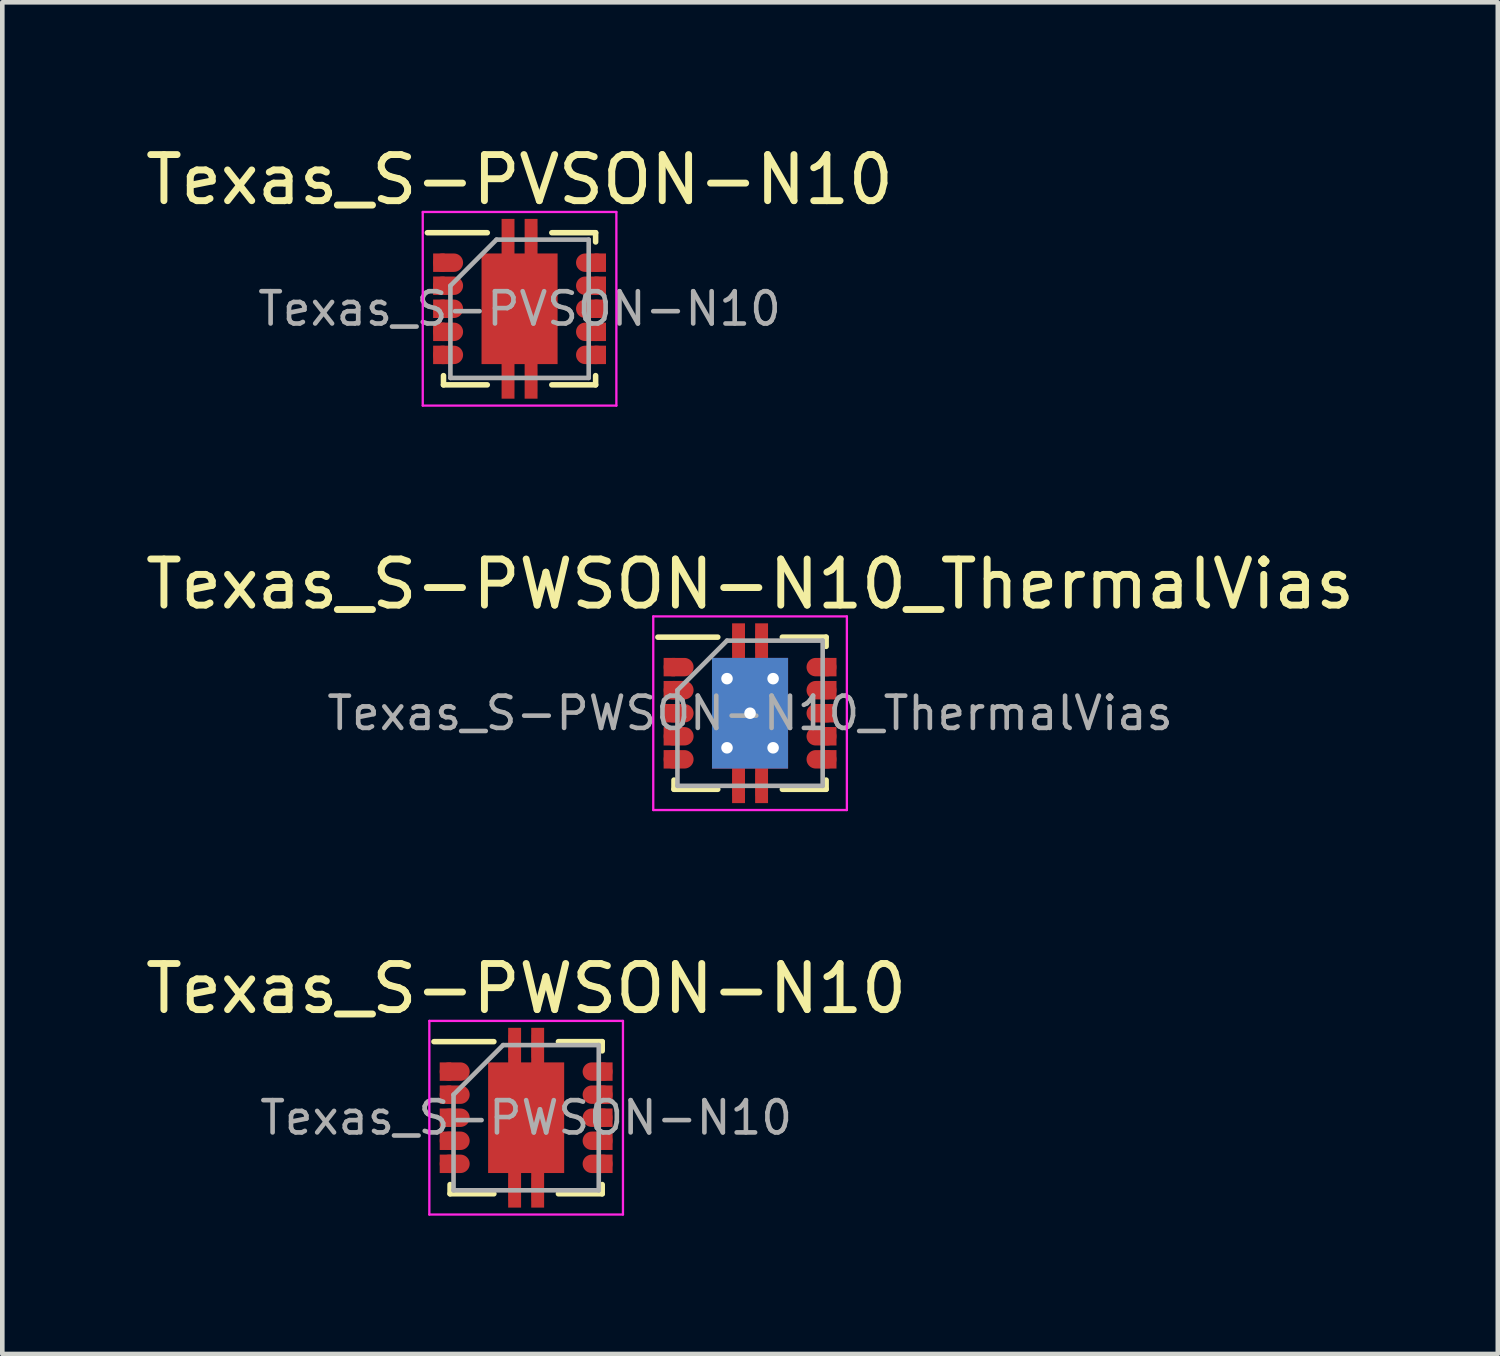
<source format=kicad_pcb>
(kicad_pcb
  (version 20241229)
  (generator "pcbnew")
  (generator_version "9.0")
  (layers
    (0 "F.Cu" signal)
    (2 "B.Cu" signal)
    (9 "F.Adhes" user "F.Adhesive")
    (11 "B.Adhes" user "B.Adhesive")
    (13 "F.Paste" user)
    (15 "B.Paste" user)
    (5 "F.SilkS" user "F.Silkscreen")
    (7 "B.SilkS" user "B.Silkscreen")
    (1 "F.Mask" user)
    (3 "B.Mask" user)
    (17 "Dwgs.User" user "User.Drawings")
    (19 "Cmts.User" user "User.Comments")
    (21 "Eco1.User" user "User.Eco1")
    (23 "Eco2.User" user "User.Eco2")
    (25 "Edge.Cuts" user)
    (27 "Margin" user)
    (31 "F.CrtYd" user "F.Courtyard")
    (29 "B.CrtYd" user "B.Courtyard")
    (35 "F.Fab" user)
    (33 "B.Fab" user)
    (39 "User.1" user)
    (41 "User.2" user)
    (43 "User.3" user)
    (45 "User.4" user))
  (footprint "Texas_S-PWSON-N10_ThermalVias"
    (layer "F.Cu")
    (at 13.22 12.421)
    (property "Reference" "Texas_S-PWSON-N10_ThermalVias" (at 0 -2.8 0) (layer "F.SilkS") (effects (font (size 1 1) (thickness 0.15))))
    (attr smd)
    (fp_line (start -2 -1.65) (end -0.7 -1.65) (stroke (width 0.12) (type solid)) (layer "F.SilkS"))
    (fp_line (start -1.65 1.65) (end -1.65 1.45) (stroke (width 0.12) (type solid)) (layer "F.SilkS"))
    (fp_line (start -1.65 1.65) (end -0.7 1.65) (stroke (width 0.12) (type solid)) (layer "F.SilkS"))
    (fp_line (start 0.7 -1.65) (end 1.65 -1.65) (stroke (width 0.12) (type solid)) (layer "F.SilkS"))
    (fp_line (start 0.7 1.65) (end 1.65 1.65) (stroke (width 0.12) (type solid)) (layer "F.SilkS"))
    (fp_line (start 1.65 -1.45) (end 1.65 -1.65) (stroke (width 0.12) (type solid)) (layer "F.SilkS"))
    (fp_line (start 1.65 1.45) (end 1.65 1.65) (stroke (width 0.12) (type solid)) (layer "F.SilkS"))
    (fp_line (start -2.1 -2.1) (end -2.1 2.1) (stroke (width 0.05) (type solid)) (layer "F.CrtYd"))
    (fp_line (start -2.1 -2.1) (end 2.1 -2.1) (stroke (width 0.05) (type solid)) (layer "F.CrtYd"))
    (fp_line (start -2.1 2.1) (end 2.1 2.1) (stroke (width 0.05) (type solid)) (layer "F.CrtYd"))
    (fp_line (start 2.1 -2.1) (end 2.1 2.1) (stroke (width 0.05) (type solid)) (layer "F.CrtYd"))
    (fp_line (start -1.575 1.575) (end -1.575 -0.5) (stroke (width 0.1) (type solid)) (layer "F.Fab"))
    (fp_line (start -0.5 -1.575) (end -1.575 -0.5) (stroke (width 0.1) (type solid)) (layer "F.Fab"))
    (fp_line (start -0.5 -1.575) (end 1.575 -1.575) (stroke (width 0.1) (type solid)) (layer "F.Fab"))
    (fp_line (start 1.575 -1.575) (end 1.575 1.575) (stroke (width 0.1) (type solid)) (layer "F.Fab"))
    (fp_line (start 1.575 1.575) (end -1.575 1.575) (stroke (width 0.1) (type solid)) (layer "F.Fab"))
    (fp_text user "${REFERENCE}" (at 0 0 0) (layer "F.Fab") (effects (font (size 0.7 0.7) (thickness 0.1))))
    (pad "1" smd rect (at -1.75 -1) (size 0.25 0.4) (layers "F.Cu" "F.Mask" "F.Paste"))
    (pad "1" smd oval (at -1.55 -1) (size 0.65 0.4) (layers "F.Cu" "F.Mask" "F.Paste"))
    (pad "2" smd rect (at -1.75 -0.5) (size 0.25 0.4) (layers "F.Cu" "F.Mask" "F.Paste"))
    (pad "2" smd oval (at -1.55 -0.5) (size 0.65 0.4) (layers "F.Cu" "F.Mask" "F.Paste"))
    (pad "3" smd rect (at -1.75 0) (size 0.25 0.4) (layers "F.Cu" "F.Mask" "F.Paste"))
    (pad "3" smd oval (at -1.55 0) (size 0.65 0.4) (layers "F.Cu" "F.Mask" "F.Paste"))
    (pad "4" smd rect (at -1.75 0.5) (size 0.25 0.4) (layers "F.Cu" "F.Mask" "F.Paste"))
    (pad "4" smd oval (at -1.55 0.5) (size 0.65 0.4) (layers "F.Cu" "F.Mask" "F.Paste"))
    (pad "5" smd rect (at -1.75 1) (size 0.25 0.4) (layers "F.Cu" "F.Mask" "F.Paste"))
    (pad "5" smd oval (at -1.55 1) (size 0.65 0.4) (layers "F.Cu" "F.Mask" "F.Paste"))
    (pad "6" smd oval (at 1.55 1) (size 0.65 0.4) (layers "F.Cu" "F.Mask" "F.Paste"))
    (pad "6" smd rect (at 1.75 1) (size 0.25 0.4) (layers "F.Cu" "F.Mask" "F.Paste"))
    (pad "7" smd oval (at 1.55 0.5) (size 0.65 0.4) (layers "F.Cu" "F.Mask" "F.Paste"))
    (pad "7" smd rect (at 1.75 0.5) (size 0.25 0.4) (layers "F.Cu" "F.Mask" "F.Paste"))
    (pad "8" smd oval (at 1.55 0) (size 0.65 0.4) (layers "F.Cu" "F.Mask" "F.Paste"))
    (pad "8" smd rect (at 1.75 0) (size 0.25 0.4) (layers "F.Cu" "F.Mask" "F.Paste"))
    (pad "9" smd oval (at 1.55 -0.5) (size 0.65 0.4) (layers "F.Cu" "F.Mask" "F.Paste"))
    (pad "9" smd rect (at 1.75 -0.5) (size 0.25 0.4) (layers "F.Cu" "F.Mask" "F.Paste"))
    (pad "10" smd oval (at 1.55 -1) (size 0.65 0.4) (layers "F.Cu" "F.Mask" "F.Paste"))
    (pad "10" smd rect (at 1.75 -1) (size 0.25 0.4) (layers "F.Cu" "F.Mask" "F.Paste"))
    (pad "11" thru_hole circle (at -0.5 -0.75) (size 0.6 0.6) (drill 0.25) (layers "*.Cu" "*.Mask"))
    (pad "11" thru_hole circle (at -0.5 0.75) (size 0.6 0.6) (drill 0.25) (layers "*.Cu" "*.Mask"))
    (pad "11" smd rect (at -0.45 -0.635) (size 0.68 1.05) (layers "F.Cu" "F.Mask" "F.Paste"))
    (pad "11" smd rect (at -0.45 0.635) (size 0.68 1.05) (layers "F.Cu" "F.Mask" "F.Paste"))
    (pad "11" smd rect (at -0.25 -1.55) (size 0.26 0.5) (layers "F.Cu" "F.Mask" "F.Paste"))
    (pad "11" smd rect (at -0.25 -1.55) (size 0.28 0.8) (layers "F.Cu" "F.Mask"))
    (pad "11" smd rect (at -0.25 1.55) (size 0.26 0.5) (layers "F.Cu" "F.Mask" "F.Paste"))
    (pad "11" smd rect (at -0.25 1.55) (size 0.28 0.8) (layers "F.Cu" "F.Mask"))
    (pad "11" smd rect (at -0.001 0) (size 1.65 2.4) (layers "B.Cu" "B.Mask"))
    (pad "11" thru_hole circle (at 0 0) (size 0.6 0.6) (drill 0.25) (layers "*.Cu" "*.Mask"))
    (pad "11" smd rect (at 0 0) (size 1.65 2.4) (layers "F.Cu" "F.Mask"))
    (pad "11" smd rect (at 0.25 -1.55) (size 0.26 0.5) (layers "F.Cu" "F.Mask" "F.Paste"))
    (pad "11" smd rect (at 0.25 -1.55) (size 0.28 0.8) (layers "F.Cu" "F.Mask"))
    (pad "11" smd rect (at 0.25 1.55) (size 0.26 0.5) (layers "F.Cu" "F.Mask" "F.Paste"))
    (pad "11" smd rect (at 0.25 1.55) (size 0.28 0.8) (layers "F.Cu" "F.Mask"))
    (pad "11" smd rect (at 0.45 -0.635) (size 0.68 1.05) (layers "F.Cu" "F.Mask" "F.Paste"))
    (pad "11" smd rect (at 0.45 0.635) (size 0.68 1.05) (layers "F.Cu" "F.Mask" "F.Paste"))
    (pad "11" thru_hole circle (at 0.5 -0.75) (size 0.6 0.6) (drill 0.25) (layers "*.Cu" "*.Mask"))
    (pad "11" thru_hole circle (at 0.5 0.75) (size 0.6 0.6) (drill 0.25) (layers "*.Cu" "*.Mask")))
  (footprint "Texas_S-PVSON-N10"
    (layer "F.Cu")
    (at 8.22 3.648)
    (property "Reference" "Texas_S-PVSON-N10" (at 0 -2.8 0) (layer "F.SilkS") (effects (font (size 1 1) (thickness 0.15))))
    (attr smd)
    (fp_line (start -2 -1.65) (end -0.7 -1.65) (stroke (width 0.12) (type solid)) (layer "F.SilkS"))
    (fp_line (start -1.65 1.65) (end -1.65 1.45) (stroke (width 0.12) (type solid)) (layer "F.SilkS"))
    (fp_line (start -1.65 1.65) (end -0.7 1.65) (stroke (width 0.12) (type solid)) (layer "F.SilkS"))
    (fp_line (start 0.7 -1.65) (end 1.65 -1.65) (stroke (width 0.12) (type solid)) (layer "F.SilkS"))
    (fp_line (start 0.7 1.65) (end 1.65 1.65) (stroke (width 0.12) (type solid)) (layer "F.SilkS"))
    (fp_line (start 1.65 -1.45) (end 1.65 -1.65) (stroke (width 0.12) (type solid)) (layer "F.SilkS"))
    (fp_line (start 1.65 1.45) (end 1.65 1.65) (stroke (width 0.12) (type solid)) (layer "F.SilkS"))
    (fp_line (start -2.1 -2.1) (end -2.1 2.1) (stroke (width 0.05) (type solid)) (layer "F.CrtYd"))
    (fp_line (start -2.1 -2.1) (end 2.1 -2.1) (stroke (width 0.05) (type solid)) (layer "F.CrtYd"))
    (fp_line (start -2.1 2.1) (end 2.1 2.1) (stroke (width 0.05) (type solid)) (layer "F.CrtYd"))
    (fp_line (start 2.1 -2.1) (end 2.1 2.1) (stroke (width 0.05) (type solid)) (layer "F.CrtYd"))
    (fp_line (start -1.5 1.5) (end -1.5 -0.5) (stroke (width 0.1) (type solid)) (layer "F.Fab"))
    (fp_line (start -0.5 -1.5) (end -1.5 -0.5) (stroke (width 0.1) (type solid)) (layer "F.Fab"))
    (fp_line (start -0.5 -1.5) (end 1.5 -1.5) (stroke (width 0.1) (type solid)) (layer "F.Fab"))
    (fp_line (start 1.5 -1.5) (end 1.5 1.5) (stroke (width 0.1) (type solid)) (layer "F.Fab"))
    (fp_line (start 1.5 1.5) (end -1.5 1.5) (stroke (width 0.1) (type solid)) (layer "F.Fab"))
    (fp_text user "${REFERENCE}" (at 0 0 0) (layer "F.Fab") (effects (font (size 0.7 0.7) (thickness 0.1))))
    (pad "1" smd rect (at -1.75 -1) (size 0.25 0.4) (layers "F.Cu" "F.Mask" "F.Paste"))
    (pad "1" smd oval (at -1.55 -1) (size 0.65 0.4) (layers "F.Cu" "F.Mask" "F.Paste"))
    (pad "2" smd rect (at -1.75 -0.5) (size 0.25 0.4) (layers "F.Cu" "F.Mask" "F.Paste"))
    (pad "2" smd oval (at -1.55 -0.5) (size 0.65 0.4) (layers "F.Cu" "F.Mask" "F.Paste"))
    (pad "3" smd rect (at -1.75 0) (size 0.25 0.4) (layers "F.Cu" "F.Mask" "F.Paste"))
    (pad "3" smd oval (at -1.55 0) (size 0.65 0.4) (layers "F.Cu" "F.Mask" "F.Paste"))
    (pad "4" smd rect (at -1.75 0.5) (size 0.25 0.4) (layers "F.Cu" "F.Mask" "F.Paste"))
    (pad "4" smd oval (at -1.55 0.5) (size 0.65 0.4) (layers "F.Cu" "F.Mask" "F.Paste"))
    (pad "5" smd rect (at -1.75 1) (size 0.25 0.4) (layers "F.Cu" "F.Mask" "F.Paste"))
    (pad "5" smd oval (at -1.55 1) (size 0.65 0.4) (layers "F.Cu" "F.Mask" "F.Paste"))
    (pad "6" smd oval (at 1.55 1) (size 0.65 0.4) (layers "F.Cu" "F.Mask" "F.Paste"))
    (pad "6" smd rect (at 1.75 1) (size 0.25 0.4) (layers "F.Cu" "F.Mask" "F.Paste"))
    (pad "7" smd oval (at 1.55 0.5) (size 0.65 0.4) (layers "F.Cu" "F.Mask" "F.Paste"))
    (pad "7" smd rect (at 1.75 0.5) (size 0.25 0.4) (layers "F.Cu" "F.Mask" "F.Paste"))
    (pad "8" smd oval (at 1.55 0) (size 0.65 0.4) (layers "F.Cu" "F.Mask" "F.Paste"))
    (pad "8" smd rect (at 1.75 0) (size 0.25 0.4) (layers "F.Cu" "F.Mask" "F.Paste"))
    (pad "9" smd oval (at 1.55 -0.5) (size 0.65 0.4) (layers "F.Cu" "F.Mask" "F.Paste"))
    (pad "9" smd rect (at 1.75 -0.5) (size 0.25 0.4) (layers "F.Cu" "F.Mask" "F.Paste"))
    (pad "10" smd oval (at 1.55 -1) (size 0.65 0.4) (layers "F.Cu" "F.Mask" "F.Paste"))
    (pad "10" smd rect (at 1.75 -1) (size 0.25 0.4) (layers "F.Cu" "F.Mask" "F.Paste"))
    (pad "11" smd rect (at -0.45 -0.635) (size 0.68 1.05) (layers "F.Cu" "F.Mask" "F.Paste"))
    (pad "11" smd rect (at -0.45 0.635) (size 0.68 1.05) (layers "F.Cu" "F.Mask" "F.Paste"))
    (pad "11" smd rect (at -0.25 -1.55) (size 0.26 0.5) (layers "F.Cu" "F.Mask" "F.Paste"))
    (pad "11" smd rect (at -0.25 -1.55) (size 0.28 0.8) (layers "F.Cu" "F.Mask"))
    (pad "11" smd rect (at -0.25 1.55) (size 0.26 0.5) (layers "F.Cu" "F.Mask" "F.Paste"))
    (pad "11" smd rect (at -0.25 1.55) (size 0.28 0.8) (layers "F.Cu" "F.Mask"))
    (pad "11" smd rect (at 0 0) (size 1.65 2.4) (layers "F.Cu" "F.Mask"))
    (pad "11" smd rect (at 0.25 -1.55) (size 0.26 0.5) (layers "F.Cu" "F.Mask" "F.Paste"))
    (pad "11" smd rect (at 0.25 -1.55) (size 0.28 0.8) (layers "F.Cu" "F.Mask"))
    (pad "11" smd rect (at 0.25 1.55) (size 0.26 0.5) (layers "F.Cu" "F.Mask" "F.Paste"))
    (pad "11" smd rect (at 0.25 1.55) (size 0.28 0.8) (layers "F.Cu" "F.Mask"))
    (pad "11" smd rect (at 0.45 -0.635) (size 0.68 1.05) (layers "F.Cu" "F.Mask" "F.Paste"))
    (pad "11" smd rect (at 0.45 0.635) (size 0.68 1.05) (layers "F.Cu" "F.Mask" "F.Paste")))
  (footprint "Texas_S-PWSON-N10"
    (layer "F.Cu")
    (at 8.363 21.195)
    (property "Reference" "Texas_S-PWSON-N10" (at 0 -2.8 0) (layer "F.SilkS") (effects (font (size 1 1) (thickness 0.15))))
    (attr smd)
    (fp_line (start -2 -1.65) (end -0.7 -1.65) (stroke (width 0.12) (type solid)) (layer "F.SilkS"))
    (fp_line (start -1.65 1.65) (end -1.65 1.45) (stroke (width 0.12) (type solid)) (layer "F.SilkS"))
    (fp_line (start -1.65 1.65) (end -0.7 1.65) (stroke (width 0.12) (type solid)) (layer "F.SilkS"))
    (fp_line (start 0.7 -1.65) (end 1.65 -1.65) (stroke (width 0.12) (type solid)) (layer "F.SilkS"))
    (fp_line (start 0.7 1.65) (end 1.65 1.65) (stroke (width 0.12) (type solid)) (layer "F.SilkS"))
    (fp_line (start 1.65 -1.45) (end 1.65 -1.65) (stroke (width 0.12) (type solid)) (layer "F.SilkS"))
    (fp_line (start 1.65 1.45) (end 1.65 1.65) (stroke (width 0.12) (type solid)) (layer "F.SilkS"))
    (fp_line (start -2.1 -2.1) (end -2.1 2.1) (stroke (width 0.05) (type solid)) (layer "F.CrtYd"))
    (fp_line (start -2.1 -2.1) (end 2.1 -2.1) (stroke (width 0.05) (type solid)) (layer "F.CrtYd"))
    (fp_line (start -2.1 2.1) (end 2.1 2.1) (stroke (width 0.05) (type solid)) (layer "F.CrtYd"))
    (fp_line (start 2.1 -2.1) (end 2.1 2.1) (stroke (width 0.05) (type solid)) (layer "F.CrtYd"))
    (fp_line (start -1.575 1.575) (end -1.575 -0.5) (stroke (width 0.1) (type solid)) (layer "F.Fab"))
    (fp_line (start -0.5 -1.575) (end -1.575 -0.5) (stroke (width 0.1) (type solid)) (layer "F.Fab"))
    (fp_line (start -0.5 -1.575) (end 1.575 -1.575) (stroke (width 0.1) (type solid)) (layer "F.Fab"))
    (fp_line (start 1.575 -1.575) (end 1.575 1.575) (stroke (width 0.1) (type solid)) (layer "F.Fab"))
    (fp_line (start 1.575 1.575) (end -1.575 1.575) (stroke (width 0.1) (type solid)) (layer "F.Fab"))
    (fp_text user "${REFERENCE}" (at 0 0 0) (layer "F.Fab") (effects (font (size 0.7 0.7) (thickness 0.1))))
    (pad "1" smd rect (at -1.75 -1) (size 0.25 0.4) (layers "F.Cu" "F.Mask" "F.Paste"))
    (pad "1" smd oval (at -1.55 -1) (size 0.65 0.4) (layers "F.Cu" "F.Mask" "F.Paste"))
    (pad "2" smd rect (at -1.75 -0.5) (size 0.25 0.4) (layers "F.Cu" "F.Mask" "F.Paste"))
    (pad "2" smd oval (at -1.55 -0.5) (size 0.65 0.4) (layers "F.Cu" "F.Mask" "F.Paste"))
    (pad "3" smd rect (at -1.75 0) (size 0.25 0.4) (layers "F.Cu" "F.Mask" "F.Paste"))
    (pad "3" smd oval (at -1.55 0) (size 0.65 0.4) (layers "F.Cu" "F.Mask" "F.Paste"))
    (pad "4" smd rect (at -1.75 0.5) (size 0.25 0.4) (layers "F.Cu" "F.Mask" "F.Paste"))
    (pad "4" smd oval (at -1.55 0.5) (size 0.65 0.4) (layers "F.Cu" "F.Mask" "F.Paste"))
    (pad "5" smd rect (at -1.75 1) (size 0.25 0.4) (layers "F.Cu" "F.Mask" "F.Paste"))
    (pad "5" smd oval (at -1.55 1) (size 0.65 0.4) (layers "F.Cu" "F.Mask" "F.Paste"))
    (pad "6" smd oval (at 1.55 1) (size 0.65 0.4) (layers "F.Cu" "F.Mask" "F.Paste"))
    (pad "6" smd rect (at 1.75 1) (size 0.25 0.4) (layers "F.Cu" "F.Mask" "F.Paste"))
    (pad "7" smd oval (at 1.55 0.5) (size 0.65 0.4) (layers "F.Cu" "F.Mask" "F.Paste"))
    (pad "7" smd rect (at 1.75 0.5) (size 0.25 0.4) (layers "F.Cu" "F.Mask" "F.Paste"))
    (pad "8" smd oval (at 1.55 0) (size 0.65 0.4) (layers "F.Cu" "F.Mask" "F.Paste"))
    (pad "8" smd rect (at 1.75 0) (size 0.25 0.4) (layers "F.Cu" "F.Mask" "F.Paste"))
    (pad "9" smd oval (at 1.55 -0.5) (size 0.65 0.4) (layers "F.Cu" "F.Mask" "F.Paste"))
    (pad "9" smd rect (at 1.75 -0.5) (size 0.25 0.4) (layers "F.Cu" "F.Mask" "F.Paste"))
    (pad "10" smd oval (at 1.55 -1) (size 0.65 0.4) (layers "F.Cu" "F.Mask" "F.Paste"))
    (pad "10" smd rect (at 1.75 -1) (size 0.25 0.4) (layers "F.Cu" "F.Mask" "F.Paste"))
    (pad "11" smd rect (at -0.45 -0.635) (size 0.68 1.05) (layers "F.Cu" "F.Mask" "F.Paste"))
    (pad "11" smd rect (at -0.45 0.635) (size 0.68 1.05) (layers "F.Cu" "F.Mask" "F.Paste"))
    (pad "11" smd rect (at -0.25 -1.55) (size 0.26 0.5) (layers "F.Cu" "F.Mask" "F.Paste"))
    (pad "11" smd rect (at -0.25 -1.55) (size 0.28 0.8) (layers "F.Cu" "F.Mask"))
    (pad "11" smd rect (at -0.25 1.55) (size 0.26 0.5) (layers "F.Cu" "F.Mask" "F.Paste"))
    (pad "11" smd rect (at -0.25 1.55) (size 0.28 0.8) (layers "F.Cu" "F.Mask"))
    (pad "11" smd rect (at 0 0) (size 1.65 2.4) (layers "F.Cu" "F.Mask"))
    (pad "11" smd rect (at 0.25 -1.55) (size 0.26 0.5) (layers "F.Cu" "F.Mask" "F.Paste"))
    (pad "11" smd rect (at 0.25 -1.55) (size 0.28 0.8) (layers "F.Cu" "F.Mask"))
    (pad "11" smd rect (at 0.25 1.55) (size 0.26 0.5) (layers "F.Cu" "F.Mask" "F.Paste"))
    (pad "11" smd rect (at 0.25 1.55) (size 0.28 0.8) (layers "F.Cu" "F.Mask"))
    (pad "11" smd rect (at 0.45 -0.635) (size 0.68 1.05) (layers "F.Cu" "F.Mask" "F.Paste"))
    (pad "11" smd rect (at 0.45 0.635) (size 0.68 1.05) (layers "F.Cu" "F.Mask" "F.Paste")))
  (gr_rect
    (start -3 -3)
    (end 29.44 26.32)
    (stroke (width 0.1) (type default))
    (fill no)
    (layer "Edge.Cuts")))
</source>
